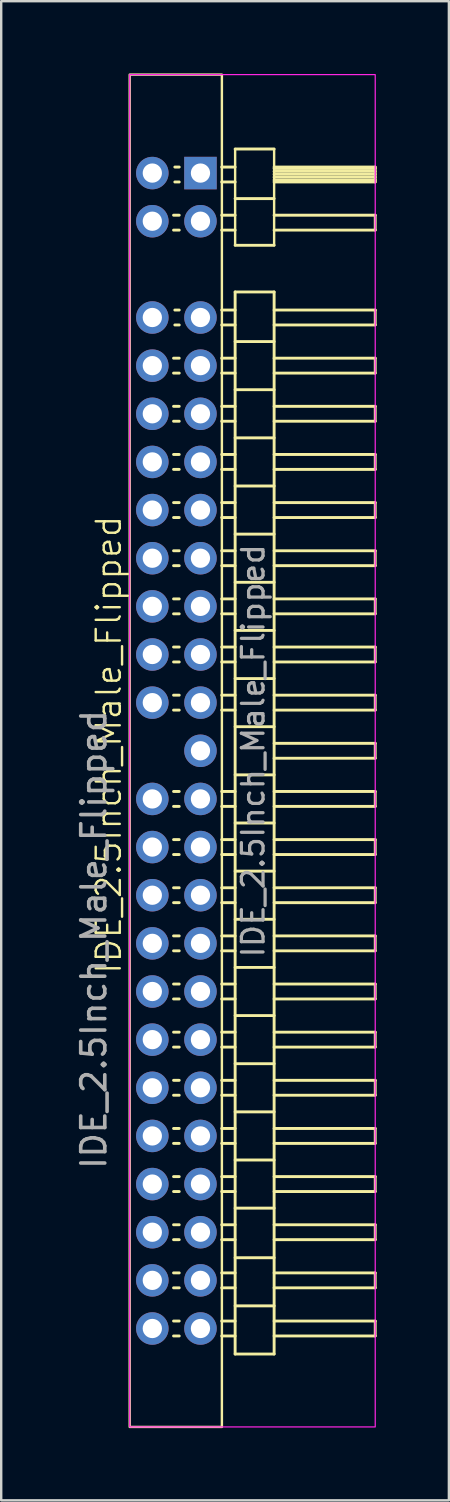
<source format=kicad_pcb>
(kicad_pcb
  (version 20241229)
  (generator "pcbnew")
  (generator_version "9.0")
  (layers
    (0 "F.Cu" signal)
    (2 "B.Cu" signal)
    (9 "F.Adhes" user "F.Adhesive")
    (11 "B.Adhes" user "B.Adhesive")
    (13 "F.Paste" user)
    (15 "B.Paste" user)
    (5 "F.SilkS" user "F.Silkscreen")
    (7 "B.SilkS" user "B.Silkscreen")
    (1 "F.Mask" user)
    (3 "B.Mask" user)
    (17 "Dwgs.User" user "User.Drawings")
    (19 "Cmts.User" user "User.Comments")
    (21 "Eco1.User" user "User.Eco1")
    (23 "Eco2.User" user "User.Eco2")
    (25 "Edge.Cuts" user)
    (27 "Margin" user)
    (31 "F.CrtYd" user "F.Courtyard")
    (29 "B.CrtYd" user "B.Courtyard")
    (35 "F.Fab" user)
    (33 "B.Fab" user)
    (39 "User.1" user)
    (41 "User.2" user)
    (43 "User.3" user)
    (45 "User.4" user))
  (footprint "IDE_2.5Inch_Male_Flipped"
    (layer "F.Cu")
    (at 2.338 28.14)
    (property "Reference" "IDE_2.5Inch_Male_Flipped" (at -0.87 -0.25 90) (unlocked yes) (layer "F.SilkS") (effects (font (size 1 1) (thickness 0.1))))
    (fp_line (start 1.822 -22.25) (end 2.058 -22.25) (stroke (width 0.12) (type solid)) (layer "F.SilkS"))
    (fp_line (start 1.822 -21.63) (end 2.058 -21.63) (stroke (width 0.12) (type solid)) (layer "F.SilkS"))
    (fp_line (start 1.822 -16.31) (end 2.058 -16.31) (stroke (width 0.12) (type solid)) (layer "F.SilkS"))
    (fp_line (start 1.822 -15.69) (end 2.058 -15.69) (stroke (width 0.12) (type solid)) (layer "F.SilkS"))
    (fp_line (start 1.822 -14.31) (end 2.058 -14.31) (stroke (width 0.12) (type solid)) (layer "F.SilkS"))
    (fp_line (start 1.822 -13.69) (end 2.058 -13.69) (stroke (width 0.12) (type solid)) (layer "F.SilkS"))
    (fp_line (start 1.822 -12.31) (end 2.058 -12.31) (stroke (width 0.12) (type solid)) (layer "F.SilkS"))
    (fp_line (start 1.822 -11.69) (end 2.058 -11.69) (stroke (width 0.12) (type solid)) (layer "F.SilkS"))
    (fp_line (start 1.822 -10.31) (end 2.058 -10.31) (stroke (width 0.12) (type solid)) (layer "F.SilkS"))
    (fp_line (start 1.822 -9.69) (end 2.058 -9.69) (stroke (width 0.12) (type solid)) (layer "F.SilkS"))
    (fp_line (start 1.822 -8.31) (end 2.058 -8.31) (stroke (width 0.12) (type solid)) (layer "F.SilkS"))
    (fp_line (start 1.822 -7.69) (end 2.058 -7.69) (stroke (width 0.12) (type solid)) (layer "F.SilkS"))
    (fp_line (start 1.822 -6.31) (end 2.058 -6.31) (stroke (width 0.12) (type solid)) (layer "F.SilkS"))
    (fp_line (start 1.822 -5.69) (end 2.058 -5.69) (stroke (width 0.12) (type solid)) (layer "F.SilkS"))
    (fp_line (start 1.822 -4.31) (end 2.058 -4.31) (stroke (width 0.12) (type solid)) (layer "F.SilkS"))
    (fp_line (start 1.822 -3.69) (end 2.058 -3.69) (stroke (width 0.12) (type solid)) (layer "F.SilkS"))
    (fp_line (start 1.822 -2.31) (end 2.058 -2.31) (stroke (width 0.12) (type solid)) (layer "F.SilkS"))
    (fp_line (start 1.822 -1.69) (end 2.058 -1.69) (stroke (width 0.12) (type solid)) (layer "F.SilkS"))
    (fp_line (start 1.822 1.69) (end 2.058 1.69) (stroke (width 0.12) (type solid)) (layer "F.SilkS"))
    (fp_line (start 1.822 2.31) (end 2.058 2.31) (stroke (width 0.12) (type solid)) (layer "F.SilkS"))
    (fp_line (start 1.822 3.69) (end 2.058 3.69) (stroke (width 0.12) (type solid)) (layer "F.SilkS"))
    (fp_line (start 1.822 4.31) (end 2.058 4.31) (stroke (width 0.12) (type solid)) (layer "F.SilkS"))
    (fp_line (start 1.822 5.69) (end 2.058 5.69) (stroke (width 0.12) (type solid)) (layer "F.SilkS"))
    (fp_line (start 1.822 6.31) (end 2.058 6.31) (stroke (width 0.12) (type solid)) (layer "F.SilkS"))
    (fp_line (start 1.822 7.69) (end 2.058 7.69) (stroke (width 0.12) (type solid)) (layer "F.SilkS"))
    (fp_line (start 1.822 8.31) (end 2.058 8.31) (stroke (width 0.12) (type solid)) (layer "F.SilkS"))
    (fp_line (start 1.822 9.69) (end 2.058 9.69) (stroke (width 0.12) (type solid)) (layer "F.SilkS"))
    (fp_line (start 1.822 10.31) (end 2.058 10.31) (stroke (width 0.12) (type solid)) (layer "F.SilkS"))
    (fp_line (start 1.822 11.69) (end 2.058 11.69) (stroke (width 0.12) (type solid)) (layer "F.SilkS"))
    (fp_line (start 1.822 12.31) (end 2.058 12.31) (stroke (width 0.12) (type solid)) (layer "F.SilkS"))
    (fp_line (start 1.822 13.69) (end 2.058 13.69) (stroke (width 0.12) (type solid)) (layer "F.SilkS"))
    (fp_line (start 1.822 14.31) (end 2.058 14.31) (stroke (width 0.12) (type solid)) (layer "F.SilkS"))
    (fp_line (start 1.822 15.69) (end 2.058 15.69) (stroke (width 0.12) (type solid)) (layer "F.SilkS"))
    (fp_line (start 1.822 16.31) (end 2.058 16.31) (stroke (width 0.12) (type solid)) (layer "F.SilkS"))
    (fp_line (start 1.822 17.69) (end 2.058 17.69) (stroke (width 0.12) (type solid)) (layer "F.SilkS"))
    (fp_line (start 1.822 18.31) (end 2.058 18.31) (stroke (width 0.12) (type solid)) (layer "F.SilkS"))
    (fp_line (start 1.822 19.69) (end 2.058 19.69) (stroke (width 0.12) (type solid)) (layer "F.SilkS"))
    (fp_line (start 1.822 20.31) (end 2.058 20.31) (stroke (width 0.12) (type solid)) (layer "F.SilkS"))
    (fp_line (start 1.822 21.69) (end 2.058 21.69) (stroke (width 0.12) (type solid)) (layer "F.SilkS"))
    (fp_line (start 1.822 22.31) (end 2.058 22.31) (stroke (width 0.12) (type solid)) (layer "F.SilkS"))
    (fp_line (start 1.822 23.69) (end 2.058 23.69) (stroke (width 0.12) (type solid)) (layer "F.SilkS"))
    (fp_line (start 1.822 24.31) (end 2.058 24.31) (stroke (width 0.12) (type solid)) (layer "F.SilkS"))
    (fp_line (start 1.875 -24.25) (end 2.058 -24.25) (stroke (width 0.12) (type solid)) (layer "F.SilkS"))
    (fp_line (start 1.875 -23.63) (end 2.058 -23.63) (stroke (width 0.12) (type solid)) (layer "F.SilkS"))
    (fp_line (start 1.875 -18.31) (end 2.058 -18.31) (stroke (width 0.12) (type solid)) (layer "F.SilkS"))
    (fp_line (start 1.875 -17.69) (end 2.058 -17.69) (stroke (width 0.12) (type solid)) (layer "F.SilkS"))
    (fp_line (start 3.822 -24.25) (end 4.38 -24.25) (stroke (width 0.12) (type solid)) (layer "F.SilkS"))
    (fp_line (start 3.822 -23.63) (end 4.38 -23.63) (stroke (width 0.12) (type solid)) (layer "F.SilkS"))
    (fp_line (start 3.822 -22.25) (end 4.38 -22.25) (stroke (width 0.12) (type solid)) (layer "F.SilkS"))
    (fp_line (start 3.822 -21.63) (end 4.38 -21.63) (stroke (width 0.12) (type solid)) (layer "F.SilkS"))
    (fp_line (start 3.822 -18.31) (end 4.38 -18.31) (stroke (width 0.12) (type solid)) (layer "F.SilkS"))
    (fp_line (start 3.822 -17.69) (end 4.38 -17.69) (stroke (width 0.12) (type solid)) (layer "F.SilkS"))
    (fp_line (start 3.822 -16.31) (end 4.38 -16.31) (stroke (width 0.12) (type solid)) (layer "F.SilkS"))
    (fp_line (start 3.822 -15.69) (end 4.38 -15.69) (stroke (width 0.12) (type solid)) (layer "F.SilkS"))
    (fp_line (start 3.822 -14.31) (end 4.38 -14.31) (stroke (width 0.12) (type solid)) (layer "F.SilkS"))
    (fp_line (start 3.822 -13.69) (end 4.38 -13.69) (stroke (width 0.12) (type solid)) (layer "F.SilkS"))
    (fp_line (start 3.822 -12.31) (end 4.38 -12.31) (stroke (width 0.12) (type solid)) (layer "F.SilkS"))
    (fp_line (start 3.822 -11.69) (end 4.38 -11.69) (stroke (width 0.12) (type solid)) (layer "F.SilkS"))
    (fp_line (start 3.822 -10.31) (end 4.38 -10.31) (stroke (width 0.12) (type solid)) (layer "F.SilkS"))
    (fp_line (start 3.822 -9.69) (end 4.38 -9.69) (stroke (width 0.12) (type solid)) (layer "F.SilkS"))
    (fp_line (start 3.822 -8.31) (end 4.38 -8.31) (stroke (width 0.12) (type solid)) (layer "F.SilkS"))
    (fp_line (start 3.822 -7.69) (end 4.38 -7.69) (stroke (width 0.12) (type solid)) (layer "F.SilkS"))
    (fp_line (start 3.822 -6.31) (end 4.38 -6.31) (stroke (width 0.12) (type solid)) (layer "F.SilkS"))
    (fp_line (start 3.822 -5.69) (end 4.38 -5.69) (stroke (width 0.12) (type solid)) (layer "F.SilkS"))
    (fp_line (start 3.822 -4.31) (end 4.38 -4.31) (stroke (width 0.12) (type solid)) (layer "F.SilkS"))
    (fp_line (start 3.822 -3.69) (end 4.38 -3.69) (stroke (width 0.12) (type solid)) (layer "F.SilkS"))
    (fp_line (start 3.822 -2.31) (end 4.38 -2.31) (stroke (width 0.12) (type solid)) (layer "F.SilkS"))
    (fp_line (start 3.822 -1.69) (end 4.38 -1.69) (stroke (width 0.12) (type solid)) (layer "F.SilkS"))
    (fp_line (start 3.822 1.69) (end 4.38 1.69) (stroke (width 0.12) (type solid)) (layer "F.SilkS"))
    (fp_line (start 3.822 2.31) (end 4.38 2.31) (stroke (width 0.12) (type solid)) (layer "F.SilkS"))
    (fp_line (start 3.822 3.69) (end 4.38 3.69) (stroke (width 0.12) (type solid)) (layer "F.SilkS"))
    (fp_line (start 3.822 4.31) (end 4.38 4.31) (stroke (width 0.12) (type solid)) (layer "F.SilkS"))
    (fp_line (start 3.822 5.69) (end 4.38 5.69) (stroke (width 0.12) (type solid)) (layer "F.SilkS"))
    (fp_line (start 3.822 6.31) (end 4.38 6.31) (stroke (width 0.12) (type solid)) (layer "F.SilkS"))
    (fp_line (start 3.822 7.69) (end 4.38 7.69) (stroke (width 0.12) (type solid)) (layer "F.SilkS"))
    (fp_line (start 3.822 8.31) (end 4.38 8.31) (stroke (width 0.12) (type solid)) (layer "F.SilkS"))
    (fp_line (start 3.822 9.69) (end 4.38 9.69) (stroke (width 0.12) (type solid)) (layer "F.SilkS"))
    (fp_line (start 3.822 10.31) (end 4.38 10.31) (stroke (width 0.12) (type solid)) (layer "F.SilkS"))
    (fp_line (start 3.822 11.69) (end 4.38 11.69) (stroke (width 0.12) (type solid)) (layer "F.SilkS"))
    (fp_line (start 3.822 12.31) (end 4.38 12.31) (stroke (width 0.12) (type solid)) (layer "F.SilkS"))
    (fp_line (start 3.822 13.69) (end 4.38 13.69) (stroke (width 0.12) (type solid)) (layer "F.SilkS"))
    (fp_line (start 3.822 14.31) (end 4.38 14.31) (stroke (width 0.12) (type solid)) (layer "F.SilkS"))
    (fp_line (start 3.822 15.69) (end 4.38 15.69) (stroke (width 0.12) (type solid)) (layer "F.SilkS"))
    (fp_line (start 3.822 16.31) (end 4.38 16.31) (stroke (width 0.12) (type solid)) (layer "F.SilkS"))
    (fp_line (start 3.822 17.69) (end 4.38 17.69) (stroke (width 0.12) (type solid)) (layer "F.SilkS"))
    (fp_line (start 3.822 18.31) (end 4.38 18.31) (stroke (width 0.12) (type solid)) (layer "F.SilkS"))
    (fp_line (start 3.822 19.69) (end 4.38 19.69) (stroke (width 0.12) (type solid)) (layer "F.SilkS"))
    (fp_line (start 3.822 20.31) (end 4.38 20.31) (stroke (width 0.12) (type solid)) (layer "F.SilkS"))
    (fp_line (start 3.822 21.69) (end 4.38 21.69) (stroke (width 0.12) (type solid)) (layer "F.SilkS"))
    (fp_line (start 3.822 22.31) (end 4.38 22.31) (stroke (width 0.12) (type solid)) (layer "F.SilkS"))
    (fp_line (start 3.822 23.69) (end 4.38 23.69) (stroke (width 0.12) (type solid)) (layer "F.SilkS"))
    (fp_line (start 3.822 24.31) (end 4.38 24.31) (stroke (width 0.12) (type solid)) (layer "F.SilkS"))
    (fp_line (start 4.38 -25) (end 4.38 -21) (stroke (width 0.1) (type default)) (layer "F.SilkS"))
    (fp_line (start 4.38 -22.94) (end 6 -22.94) (stroke (width 0.12) (type solid)) (layer "F.SilkS"))
    (fp_line (start 4.38 -21) (end 6 -21) (stroke (width 0.12) (type solid)) (layer "F.SilkS"))
    (fp_line (start 4.38 -19.06) (end 4.38 25.06) (stroke (width 0.12) (type solid)) (layer "F.SilkS"))
    (fp_line (start 4.38 -17) (end 6 -17) (stroke (width 0.12) (type solid)) (layer "F.SilkS"))
    (fp_line (start 4.38 -15) (end 6 -15) (stroke (width 0.12) (type solid)) (layer "F.SilkS"))
    (fp_line (start 4.38 -13) (end 6 -13) (stroke (width 0.12) (type solid)) (layer "F.SilkS"))
    (fp_line (start 4.38 -11) (end 6 -11) (stroke (width 0.12) (type solid)) (layer "F.SilkS"))
    (fp_line (start 4.38 -9) (end 6 -9) (stroke (width 0.12) (type solid)) (layer "F.SilkS"))
    (fp_line (start 4.38 -7) (end 6 -7) (stroke (width 0.12) (type solid)) (layer "F.SilkS"))
    (fp_line (start 4.38 -5) (end 6 -5) (stroke (width 0.12) (type solid)) (layer "F.SilkS"))
    (fp_line (start 4.38 -3) (end 6 -3) (stroke (width 0.12) (type solid)) (layer "F.SilkS"))
    (fp_line (start 4.38 -1) (end 6 -1) (stroke (width 0.12) (type solid)) (layer "F.SilkS"))
    (fp_line (start 4.38 1) (end 6 1) (stroke (width 0.12) (type solid)) (layer "F.SilkS"))
    (fp_line (start 4.38 3) (end 6 3) (stroke (width 0.12) (type solid)) (layer "F.SilkS"))
    (fp_line (start 4.38 5) (end 6 5) (stroke (width 0.12) (type solid)) (layer "F.SilkS"))
    (fp_line (start 4.38 7) (end 6 7) (stroke (width 0.12) (type solid)) (layer "F.SilkS"))
    (fp_line (start 4.38 9) (end 6 9) (stroke (width 0.12) (type solid)) (layer "F.SilkS"))
    (fp_line (start 4.38 11) (end 6 11) (stroke (width 0.12) (type solid)) (layer "F.SilkS"))
    (fp_line (start 4.38 13) (end 6 13) (stroke (width 0.12) (type solid)) (layer "F.SilkS"))
    (fp_line (start 4.38 15) (end 6 15) (stroke (width 0.12) (type solid)) (layer "F.SilkS"))
    (fp_line (start 4.38 17) (end 6 17) (stroke (width 0.12) (type solid)) (layer "F.SilkS"))
    (fp_line (start 4.38 19) (end 6 19) (stroke (width 0.12) (type solid)) (layer "F.SilkS"))
    (fp_line (start 4.38 21.06) (end 6 21.06) (stroke (width 0.12) (type solid)) (layer "F.SilkS"))
    (fp_line (start 4.38 23.06) (end 6 23.06) (stroke (width 0.12) (type solid)) (layer "F.SilkS"))
    (fp_line (start 4.38 25.06) (end 6 25.06) (stroke (width 0.12) (type solid)) (layer "F.SilkS"))
    (fp_line (start 6 -25) (end 4.38 -25) (stroke (width 0.12) (type solid)) (layer "F.SilkS"))
    (fp_line (start 6 -24.25) (end 10.2 -24.25) (stroke (width 0.12) (type solid)) (layer "F.SilkS"))
    (fp_line (start 6 -24.19) (end 10.2 -24.19) (stroke (width 0.12) (type solid)) (layer "F.SilkS"))
    (fp_line (start 6 -24.07) (end 10.2 -24.07) (stroke (width 0.12) (type solid)) (layer "F.SilkS"))
    (fp_line (start 6 -23.95) (end 10.2 -23.95) (stroke (width 0.12) (type solid)) (layer "F.SilkS"))
    (fp_line (start 6 -23.83) (end 10.2 -23.83) (stroke (width 0.12) (type solid)) (layer "F.SilkS"))
    (fp_line (start 6 -23.71) (end 10.2 -23.71) (stroke (width 0.12) (type solid)) (layer "F.SilkS"))
    (fp_line (start 6 -22.25) (end 10.2 -22.25) (stroke (width 0.12) (type solid)) (layer "F.SilkS"))
    (fp_line (start 6 -21) (end 6 -25) (stroke (width 0.1) (type default)) (layer "F.SilkS"))
    (fp_line (start 6 -19.06) (end 4.38 -19.06) (stroke (width 0.12) (type solid)) (layer "F.SilkS"))
    (fp_line (start 6 -18.31) (end 10.2 -18.31) (stroke (width 0.12) (type solid)) (layer "F.SilkS"))
    (fp_line (start 6 -16.31) (end 10.2 -16.31) (stroke (width 0.12) (type solid)) (layer "F.SilkS"))
    (fp_line (start 6 -14.31) (end 10.2 -14.31) (stroke (width 0.12) (type solid)) (layer "F.SilkS"))
    (fp_line (start 6 -12.31) (end 10.2 -12.31) (stroke (width 0.12) (type solid)) (layer "F.SilkS"))
    (fp_line (start 6 -10.31) (end 10.2 -10.31) (stroke (width 0.12) (type solid)) (layer "F.SilkS"))
    (fp_line (start 6 -8.31) (end 10.2 -8.31) (stroke (width 0.12) (type solid)) (layer "F.SilkS"))
    (fp_line (start 6 -6.31) (end 10.2 -6.31) (stroke (width 0.12) (type solid)) (layer "F.SilkS"))
    (fp_line (start 6 -4.31) (end 10.2 -4.31) (stroke (width 0.12) (type solid)) (layer "F.SilkS"))
    (fp_line (start 6 -2.31) (end 10.2 -2.31) (stroke (width 0.12) (type solid)) (layer "F.SilkS"))
    (fp_line (start 6 -0.31) (end 10.2 -0.31) (stroke (width 0.12) (type solid)) (layer "F.SilkS"))
    (fp_line (start 6 1.69) (end 10.2 1.69) (stroke (width 0.12) (type solid)) (layer "F.SilkS"))
    (fp_line (start 6 3.69) (end 10.2 3.69) (stroke (width 0.12) (type solid)) (layer "F.SilkS"))
    (fp_line (start 6 5.69) (end 10.2 5.69) (stroke (width 0.12) (type solid)) (layer "F.SilkS"))
    (fp_line (start 6 7.69) (end 10.2 7.69) (stroke (width 0.12) (type solid)) (layer "F.SilkS"))
    (fp_line (start 6 9.69) (end 10.2 9.69) (stroke (width 0.12) (type solid)) (layer "F.SilkS"))
    (fp_line (start 6 11.69) (end 10.2 11.69) (stroke (width 0.12) (type solid)) (layer "F.SilkS"))
    (fp_line (start 6 13.69) (end 10.2 13.69) (stroke (width 0.12) (type solid)) (layer "F.SilkS"))
    (fp_line (start 6 15.69) (end 10.2 15.69) (stroke (width 0.12) (type solid)) (layer "F.SilkS"))
    (fp_line (start 6 17.69) (end 10.2 17.69) (stroke (width 0.12) (type solid)) (layer "F.SilkS"))
    (fp_line (start 6 19.69) (end 10.2 19.69) (stroke (width 0.12) (type solid)) (layer "F.SilkS"))
    (fp_line (start 6 21.69) (end 10.2 21.69) (stroke (width 0.12) (type solid)) (layer "F.SilkS"))
    (fp_line (start 6 23.69) (end 10.2 23.69) (stroke (width 0.12) (type solid)) (layer "F.SilkS"))
    (fp_line (start 6 25.06) (end 6 -19.06) (stroke (width 0.12) (type solid)) (layer "F.SilkS"))
    (fp_line (start 10.2 -24.25) (end 10.2 -23.63) (stroke (width 0.12) (type solid)) (layer "F.SilkS"))
    (fp_line (start 10.2 -23.63) (end 6 -23.63) (stroke (width 0.12) (type solid)) (layer "F.SilkS"))
    (fp_line (start 10.2 -22.25) (end 10.2 -21.63) (stroke (width 0.12) (type solid)) (layer "F.SilkS"))
    (fp_line (start 10.2 -21.63) (end 6 -21.63) (stroke (width 0.12) (type solid)) (layer "F.SilkS"))
    (fp_line (start 10.2 -18.31) (end 10.2 -17.69) (stroke (width 0.12) (type solid)) (layer "F.SilkS"))
    (fp_line (start 10.2 -17.69) (end 6 -17.69) (stroke (width 0.12) (type solid)) (layer "F.SilkS"))
    (fp_line (start 10.2 -16.31) (end 10.2 -15.69) (stroke (width 0.12) (type solid)) (layer "F.SilkS"))
    (fp_line (start 10.2 -15.69) (end 6 -15.69) (stroke (width 0.12) (type solid)) (layer "F.SilkS"))
    (fp_line (start 10.2 -14.31) (end 10.2 -13.69) (stroke (width 0.12) (type solid)) (layer "F.SilkS"))
    (fp_line (start 10.2 -13.69) (end 6 -13.69) (stroke (width 0.12) (type solid)) (layer "F.SilkS"))
    (fp_line (start 10.2 -12.31) (end 10.2 -11.69) (stroke (width 0.12) (type solid)) (layer "F.SilkS"))
    (fp_line (start 10.2 -11.69) (end 6 -11.69) (stroke (width 0.12) (type solid)) (layer "F.SilkS"))
    (fp_line (start 10.2 -10.31) (end 10.2 -9.69) (stroke (width 0.12) (type solid)) (layer "F.SilkS"))
    (fp_line (start 10.2 -9.69) (end 6 -9.69) (stroke (width 0.12) (type solid)) (layer "F.SilkS"))
    (fp_line (start 10.2 -8.31) (end 10.2 -7.69) (stroke (width 0.12) (type solid)) (layer "F.SilkS"))
    (fp_line (start 10.2 -7.69) (end 6 -7.69) (stroke (width 0.12) (type solid)) (layer "F.SilkS"))
    (fp_line (start 10.2 -6.31) (end 10.2 -5.69) (stroke (width 0.12) (type solid)) (layer "F.SilkS"))
    (fp_line (start 10.2 -5.69) (end 6 -5.69) (stroke (width 0.12) (type solid)) (layer "F.SilkS"))
    (fp_line (start 10.2 -4.31) (end 10.2 -3.69) (stroke (width 0.12) (type solid)) (layer "F.SilkS"))
    (fp_line (start 10.2 -3.69) (end 6 -3.69) (stroke (width 0.12) (type solid)) (layer "F.SilkS"))
    (fp_line (start 10.2 -2.31) (end 10.2 -1.69) (stroke (width 0.12) (type solid)) (layer "F.SilkS"))
    (fp_line (start 10.2 -1.69) (end 6 -1.69) (stroke (width 0.12) (type solid)) (layer "F.SilkS"))
    (fp_line (start 10.2 -0.31) (end 10.2 0.31) (stroke (width 0.12) (type solid)) (layer "F.SilkS"))
    (fp_line (start 10.2 0.31) (end 6 0.31) (stroke (width 0.12) (type solid)) (layer "F.SilkS"))
    (fp_line (start 10.2 1.69) (end 10.2 2.31) (stroke (width 0.12) (type solid)) (layer "F.SilkS"))
    (fp_line (start 10.2 2.31) (end 6 2.31) (stroke (width 0.12) (type solid)) (layer "F.SilkS"))
    (fp_line (start 10.2 3.69) (end 10.2 4.31) (stroke (width 0.12) (type solid)) (layer "F.SilkS"))
    (fp_line (start 10.2 4.31) (end 6 4.31) (stroke (width 0.12) (type solid)) (layer "F.SilkS"))
    (fp_line (start 10.2 5.69) (end 10.2 6.31) (stroke (width 0.12) (type solid)) (layer "F.SilkS"))
    (fp_line (start 10.2 6.31) (end 6 6.31) (stroke (width 0.12) (type solid)) (layer "F.SilkS"))
    (fp_line (start 10.2 7.69) (end 10.2 8.31) (stroke (width 0.12) (type solid)) (layer "F.SilkS"))
    (fp_line (start 10.2 8.31) (end 6 8.31) (stroke (width 0.12) (type solid)) (layer "F.SilkS"))
    (fp_line (start 10.2 9.69) (end 10.2 10.31) (stroke (width 0.12) (type solid)) (layer "F.SilkS"))
    (fp_line (start 10.2 10.31) (end 6 10.31) (stroke (width 0.12) (type solid)) (layer "F.SilkS"))
    (fp_line (start 10.2 11.69) (end 10.2 12.31) (stroke (width 0.12) (type solid)) (layer "F.SilkS"))
    (fp_line (start 10.2 12.31) (end 6 12.31) (stroke (width 0.12) (type solid)) (layer "F.SilkS"))
    (fp_line (start 10.2 13.69) (end 10.2 14.31) (stroke (width 0.12) (type solid)) (layer "F.SilkS"))
    (fp_line (start 10.2 14.31) (end 6 14.31) (stroke (width 0.12) (type solid)) (layer "F.SilkS"))
    (fp_line (start 10.2 15.69) (end 10.2 16.31) (stroke (width 0.12) (type solid)) (layer "F.SilkS"))
    (fp_line (start 10.2 16.31) (end 6 16.31) (stroke (width 0.12) (type solid)) (layer "F.SilkS"))
    (fp_line (start 10.2 17.69) (end 10.2 18.31) (stroke (width 0.12) (type solid)) (layer "F.SilkS"))
    (fp_line (start 10.2 18.31) (end 6 18.31) (stroke (width 0.12) (type solid)) (layer "F.SilkS"))
    (fp_line (start 10.2 19.69) (end 10.2 20.31) (stroke (width 0.12) (type solid)) (layer "F.SilkS"))
    (fp_line (start 10.2 20.31) (end 6 20.31) (stroke (width 0.12) (type solid)) (layer "F.SilkS"))
    (fp_line (start 10.2 21.69) (end 10.2 22.31) (stroke (width 0.12) (type solid)) (layer "F.SilkS"))
    (fp_line (start 10.2 22.31) (end 6 22.31) (stroke (width 0.12) (type solid)) (layer "F.SilkS"))
    (fp_line (start 10.2 23.69) (end 10.2 24.31) (stroke (width 0.12) (type solid)) (layer "F.SilkS"))
    (fp_line (start 10.2 24.31) (end 6 24.31) (stroke (width 0.12) (type solid)) (layer "F.SilkS"))
    (fp_rect (start 0 -28.09) (end 3.83 28.09) (stroke (width 0.1) (type default)) (fill no) (layer "F.SilkS"))
    (fp_rect (start 0 -28.09) (end 10.2 28.09) (stroke (width 0.05) (type default)) (fill no) (layer "F.CrtYd"))
    (fp_text user "${REFERENCE}" (at -1.49 7.84 90) (unlocked yes) (layer "F.Fab") (effects (font (size 1 1) (thickness 0.15))))
    (fp_text user "${REFERENCE}" (at 5.13 0 90) (layer "F.Fab") (effects (font (size 0.9 0.9) (thickness 0.135))))
    (pad "1" thru_hole oval (at 2.94 -18) (size 1.35 1.35) (drill 0.8) (layers "*.Cu" "*.Mask"))
    (pad "2" thru_hole oval (at 0.94 -18) (size 1.35 1.35) (drill 0.8) (layers "*.Cu" "*.Mask"))
    (pad "3" thru_hole oval (at 2.94 -16) (size 1.35 1.35) (drill 0.8) (layers "*.Cu" "*.Mask"))
    (pad "4" thru_hole oval (at 0.94 -16) (size 1.35 1.35) (drill 0.8) (layers "*.Cu" "*.Mask"))
    (pad "5" thru_hole oval (at 2.94 -14) (size 1.35 1.35) (drill 0.8) (layers "*.Cu" "*.Mask"))
    (pad "6" thru_hole oval (at 0.94 -14) (size 1.35 1.35) (drill 0.8) (layers "*.Cu" "*.Mask"))
    (pad "7" thru_hole oval (at 2.94 -12) (size 1.35 1.35) (drill 0.8) (layers "*.Cu" "*.Mask"))
    (pad "8" thru_hole oval (at 0.94 -12) (size 1.35 1.35) (drill 0.8) (layers "*.Cu" "*.Mask"))
    (pad "9" thru_hole oval (at 2.94 -10) (size 1.35 1.35) (drill 0.8) (layers "*.Cu" "*.Mask"))
    (pad "10" thru_hole oval (at 0.94 -10) (size 1.35 1.35) (drill 0.8) (layers "*.Cu" "*.Mask"))
    (pad "11" thru_hole oval (at 2.94 -8) (size 1.35 1.35) (drill 0.8) (layers "*.Cu" "*.Mask"))
    (pad "12" thru_hole oval (at 0.94 -8) (size 1.35 1.35) (drill 0.8) (layers "*.Cu" "*.Mask"))
    (pad "13" thru_hole oval (at 2.94 -6) (size 1.35 1.35) (drill 0.8) (layers "*.Cu" "*.Mask"))
    (pad "14" thru_hole oval (at 0.94 -6) (size 1.35 1.35) (drill 0.8) (layers "*.Cu" "*.Mask"))
    (pad "15" thru_hole oval (at 2.94 -4) (size 1.35 1.35) (drill 0.8) (layers "*.Cu" "*.Mask"))
    (pad "16" thru_hole oval (at 0.94 -4) (size 1.35 1.35) (drill 0.8) (layers "*.Cu" "*.Mask"))
    (pad "17" thru_hole oval (at 2.94 -2) (size 1.35 1.35) (drill 0.8) (layers "*.Cu" "*.Mask"))
    (pad "18" thru_hole oval (at 0.94 -2) (size 1.35 1.35) (drill 0.8) (layers "*.Cu" "*.Mask"))
    (pad "19" thru_hole oval (at 2.94 0) (size 1.35 1.35) (drill 0.8) (layers "*.Cu" "*.Mask"))
    (pad "21" thru_hole oval (at 2.94 2) (size 1.35 1.35) (drill 0.8) (layers "*.Cu" "*.Mask"))
    (pad "22" thru_hole oval (at 0.94 2) (size 1.35 1.35) (drill 0.8) (layers "*.Cu" "*.Mask"))
    (pad "23" thru_hole oval (at 2.94 4) (size 1.35 1.35) (drill 0.8) (layers "*.Cu" "*.Mask"))
    (pad "24" thru_hole oval (at 0.94 4) (size 1.35 1.35) (drill 0.8) (layers "*.Cu" "*.Mask"))
    (pad "25" thru_hole oval (at 2.94 6) (size 1.35 1.35) (drill 0.8) (layers "*.Cu" "*.Mask"))
    (pad "26" thru_hole oval (at 0.94 6) (size 1.35 1.35) (drill 0.8) (layers "*.Cu" "*.Mask"))
    (pad "27" thru_hole oval (at 2.94 8) (size 1.35 1.35) (drill 0.8) (layers "*.Cu" "*.Mask"))
    (pad "28" thru_hole oval (at 0.94 8) (size 1.35 1.35) (drill 0.8) (layers "*.Cu" "*.Mask"))
    (pad "29" thru_hole oval (at 2.94 10) (size 1.35 1.35) (drill 0.8) (layers "*.Cu" "*.Mask"))
    (pad "30" thru_hole oval (at 0.94 10) (size 1.35 1.35) (drill 0.8) (layers "*.Cu" "*.Mask"))
    (pad "31" thru_hole oval (at 2.94 12) (size 1.35 1.35) (drill 0.8) (layers "*.Cu" "*.Mask"))
    (pad "32" thru_hole oval (at 0.94 12) (size 1.35 1.35) (drill 0.8) (layers "*.Cu" "*.Mask"))
    (pad "33" thru_hole oval (at 2.94 14) (size 1.35 1.35) (drill 0.8) (layers "*.Cu" "*.Mask"))
    (pad "34" thru_hole oval (at 0.94 14) (size 1.35 1.35) (drill 0.8) (layers "*.Cu" "*.Mask"))
    (pad "35" thru_hole oval (at 2.94 16) (size 1.35 1.35) (drill 0.8) (layers "*.Cu" "*.Mask"))
    (pad "36" thru_hole oval (at 0.94 16) (size 1.35 1.35) (drill 0.8) (layers "*.Cu" "*.Mask"))
    (pad "37" thru_hole oval (at 2.94 18) (size 1.35 1.35) (drill 0.8) (layers "*.Cu" "*.Mask"))
    (pad "38" thru_hole oval (at 0.94 18) (size 1.35 1.35) (drill 0.8) (layers "*.Cu" "*.Mask"))
    (pad "39" thru_hole oval (at 2.94 20) (size 1.35 1.35) (drill 0.8) (layers "*.Cu" "*.Mask"))
    (pad "40" thru_hole oval (at 0.94 20) (size 1.35 1.35) (drill 0.8) (layers "*.Cu" "*.Mask"))
    (pad "41" thru_hole oval (at 2.94 22) (size 1.35 1.35) (drill 0.8) (layers "*.Cu" "*.Mask"))
    (pad "42" thru_hole oval (at 0.94 22) (size 1.35 1.35) (drill 0.8) (layers "*.Cu" "*.Mask"))
    (pad "43" thru_hole oval (at 2.94 24) (size 1.35 1.35) (drill 0.8) (layers "*.Cu" "*.Mask"))
    (pad "44" thru_hole oval (at 0.94 24) (size 1.35 1.35) (drill 0.8) (layers "*.Cu" "*.Mask"))
    (pad "A" thru_hole rect (at 2.94 -24) (size 1.35 1.35) (drill 0.8) (layers "*.Cu" "*.Mask"))
    (pad "B" thru_hole oval (at 0.94 -24) (size 1.35 1.35) (drill 0.8) (layers "*.Cu" "*.Mask"))
    (pad "C" thru_hole oval (at 2.94 -22) (size 1.35 1.35) (drill 0.8) (layers "*.Cu" "*.Mask"))
    (pad "D" thru_hole oval (at 0.94 -22) (size 1.35 1.35) (drill 0.8) (layers "*.Cu" "*.Mask")))
  (gr_rect
    (start -3 -3)
    (end 15.598 59.28)
    (stroke (width 0.1) (type default))
    (fill no)
    (layer "Edge.Cuts")))
</source>
